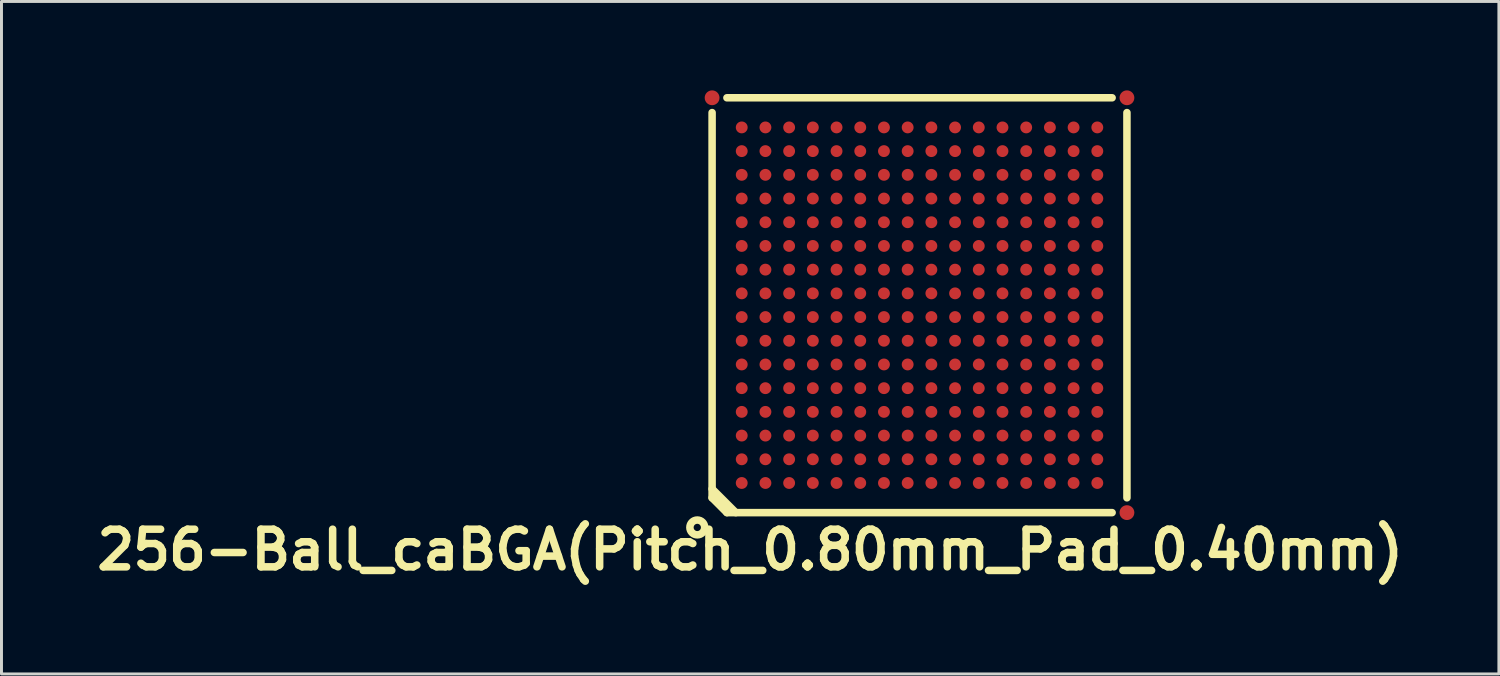
<source format=kicad_pcb>
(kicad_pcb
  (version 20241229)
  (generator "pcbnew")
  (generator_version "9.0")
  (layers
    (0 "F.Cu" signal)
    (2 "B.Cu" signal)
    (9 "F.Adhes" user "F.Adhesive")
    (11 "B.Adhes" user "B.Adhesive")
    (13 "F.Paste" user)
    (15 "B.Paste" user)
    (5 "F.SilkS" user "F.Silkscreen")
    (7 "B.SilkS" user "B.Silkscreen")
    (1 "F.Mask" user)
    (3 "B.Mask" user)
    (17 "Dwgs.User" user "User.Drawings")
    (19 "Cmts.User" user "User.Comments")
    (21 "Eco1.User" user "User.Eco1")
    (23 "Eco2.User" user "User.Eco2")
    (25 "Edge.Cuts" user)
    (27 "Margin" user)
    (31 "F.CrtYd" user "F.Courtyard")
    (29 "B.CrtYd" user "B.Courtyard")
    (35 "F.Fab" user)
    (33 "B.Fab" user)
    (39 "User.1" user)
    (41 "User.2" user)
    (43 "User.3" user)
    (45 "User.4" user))
  (footprint "256-Ball_caBGA(Pitch_0.80mm_Pad_0.40mm)"
    (layer "F.Cu")
    (at 27.982 7.25)
    (property "Reference" "256-Ball_caBGA(Pitch_0.80mm_Pad_0.40mm)" (at -5.715 8.255 0) (layer "F.SilkS") (effects (font (size 1.27 1.27) (thickness 0.254))))
    (attr smd)
    (fp_line (start -7 6.2) (end -6.2 7) (stroke (width 0.254) (type solid)) (layer "F.SilkS"))
    (fp_line (start -7 6.5) (end -7 -6.5) (stroke (width 0.254) (type solid)) (layer "F.SilkS"))
    (fp_line (start -7 6.5) (end -6.5 7) (stroke (width 0.254) (type solid)) (layer "F.SilkS"))
    (fp_line (start -6.5 -7) (end 6.5 -7) (stroke (width 0.254) (type solid)) (layer "F.SilkS"))
    (fp_line (start 6.5 7) (end -6.5 7) (stroke (width 0.254) (type solid)) (layer "F.SilkS"))
    (fp_line (start 7 -6.5) (end 7 6.5) (stroke (width 0.254) (type solid)) (layer "F.SilkS"))
    (fp_circle (center -7.5 7.5) (end -7.75 7.5) (stroke (width 0.254) (type solid)) (fill no) (layer "F.SilkS"))
    (pad "A1" smd circle (at -6 6 90) (size 0.4 0.4) (layers "F.Cu" "F.Mask" "F.Paste"))
    (pad "A2" smd circle (at -6 5.2 90) (size 0.4 0.4) (layers "F.Cu" "F.Mask" "F.Paste"))
    (pad "A3" smd circle (at -6 4.4 90) (size 0.4 0.4) (layers "F.Cu" "F.Mask" "F.Paste"))
    (pad "A4" smd circle (at -6 3.6 90) (size 0.4 0.4) (layers "F.Cu" "F.Mask" "F.Paste"))
    (pad "A5" smd circle (at -6 2.8 90) (size 0.4 0.4) (layers "F.Cu" "F.Mask" "F.Paste"))
    (pad "A6" smd circle (at -6 2 90) (size 0.4 0.4) (layers "F.Cu" "F.Mask" "F.Paste"))
    (pad "A7" smd circle (at -6 1.2 90) (size 0.4 0.4) (layers "F.Cu" "F.Mask" "F.Paste"))
    (pad "A8" smd circle (at -6 0.4 90) (size 0.4 0.4) (layers "F.Cu" "F.Mask" "F.Paste"))
    (pad "A9" smd circle (at -6 -0.4 90) (size 0.4 0.4) (layers "F.Cu" "F.Mask" "F.Paste"))
    (pad "A10" smd circle (at -6 -1.2 90) (size 0.4 0.4) (layers "F.Cu" "F.Mask" "F.Paste"))
    (pad "A11" smd circle (at -6 -2 90) (size 0.4 0.4) (layers "F.Cu" "F.Mask" "F.Paste"))
    (pad "A12" smd circle (at -6 -2.8 90) (size 0.4 0.4) (layers "F.Cu" "F.Mask" "F.Paste"))
    (pad "A13" smd circle (at -6 -3.6 90) (size 0.4 0.4) (layers "F.Cu" "F.Mask" "F.Paste"))
    (pad "A14" smd circle (at -6 -4.4 90) (size 0.4 0.4) (layers "F.Cu" "F.Mask" "F.Paste"))
    (pad "A15" smd circle (at -6 -5.2 90) (size 0.4 0.4) (layers "F.Cu" "F.Mask" "F.Paste"))
    (pad "A16" smd circle (at -6 -6 90) (size 0.4 0.4) (layers "F.Cu" "F.Mask" "F.Paste"))
    (pad "B1" smd circle (at -5.2 6 90) (size 0.4 0.4) (layers "F.Cu" "F.Mask" "F.Paste"))
    (pad "B2" smd circle (at -5.2 5.2 90) (size 0.4 0.4) (layers "F.Cu" "F.Mask" "F.Paste"))
    (pad "B3" smd circle (at -5.2 4.4 90) (size 0.4 0.4) (layers "F.Cu" "F.Mask" "F.Paste"))
    (pad "B4" smd circle (at -5.2 3.6 90) (size 0.4 0.4) (layers "F.Cu" "F.Mask" "F.Paste"))
    (pad "B5" smd circle (at -5.2 2.8 90) (size 0.4 0.4) (layers "F.Cu" "F.Mask" "F.Paste"))
    (pad "B6" smd circle (at -5.2 2 90) (size 0.4 0.4) (layers "F.Cu" "F.Mask" "F.Paste"))
    (pad "B7" smd circle (at -5.2 1.2 90) (size 0.4 0.4) (layers "F.Cu" "F.Mask" "F.Paste"))
    (pad "B8" smd circle (at -5.2 0.4 90) (size 0.4 0.4) (layers "F.Cu" "F.Mask" "F.Paste"))
    (pad "B9" smd circle (at -5.2 -0.4 90) (size 0.4 0.4) (layers "F.Cu" "F.Mask" "F.Paste"))
    (pad "B10" smd circle (at -5.2 -1.2 90) (size 0.4 0.4) (layers "F.Cu" "F.Mask" "F.Paste"))
    (pad "B11" smd circle (at -5.2 -2 90) (size 0.4 0.4) (layers "F.Cu" "F.Mask" "F.Paste"))
    (pad "B12" smd circle (at -5.2 -2.8 90) (size 0.4 0.4) (layers "F.Cu" "F.Mask" "F.Paste"))
    (pad "B13" smd circle (at -5.2 -3.6 90) (size 0.4 0.4) (layers "F.Cu" "F.Mask" "F.Paste"))
    (pad "B14" smd circle (at -5.2 -4.4 90) (size 0.4 0.4) (layers "F.Cu" "F.Mask" "F.Paste"))
    (pad "B15" smd circle (at -5.2 -5.2 90) (size 0.4 0.4) (layers "F.Cu" "F.Mask" "F.Paste"))
    (pad "B16" smd circle (at -5.2 -6 90) (size 0.4 0.4) (layers "F.Cu" "F.Mask" "F.Paste"))
    (pad "C1" smd circle (at -4.4 6 90) (size 0.4 0.4) (layers "F.Cu" "F.Mask" "F.Paste"))
    (pad "C2" smd circle (at -4.4 5.2 90) (size 0.4 0.4) (layers "F.Cu" "F.Mask" "F.Paste"))
    (pad "C3" smd circle (at -4.4 4.4 90) (size 0.4 0.4) (layers "F.Cu" "F.Mask" "F.Paste"))
    (pad "C4" smd circle (at -4.4 3.6 90) (size 0.4 0.4) (layers "F.Cu" "F.Mask" "F.Paste"))
    (pad "C5" smd circle (at -4.4 2.8 90) (size 0.4 0.4) (layers "F.Cu" "F.Mask" "F.Paste"))
    (pad "C6" smd circle (at -4.4 2 90) (size 0.4 0.4) (layers "F.Cu" "F.Mask" "F.Paste"))
    (pad "C7" smd circle (at -4.4 1.2 90) (size 0.4 0.4) (layers "F.Cu" "F.Mask" "F.Paste"))
    (pad "C8" smd circle (at -4.4 0.4 90) (size 0.4 0.4) (layers "F.Cu" "F.Mask" "F.Paste"))
    (pad "C9" smd circle (at -4.4 -0.4 90) (size 0.4 0.4) (layers "F.Cu" "F.Mask" "F.Paste"))
    (pad "C10" smd circle (at -4.4 -1.2 90) (size 0.4 0.4) (layers "F.Cu" "F.Mask" "F.Paste"))
    (pad "C11" smd circle (at -4.4 -2 90) (size 0.4 0.4) (layers "F.Cu" "F.Mask" "F.Paste"))
    (pad "C12" smd circle (at -4.4 -2.8 90) (size 0.4 0.4) (layers "F.Cu" "F.Mask" "F.Paste"))
    (pad "C13" smd circle (at -4.4 -3.6 90) (size 0.4 0.4) (layers "F.Cu" "F.Mask" "F.Paste"))
    (pad "C14" smd circle (at -4.4 -4.4 90) (size 0.4 0.4) (layers "F.Cu" "F.Mask" "F.Paste"))
    (pad "C15" smd circle (at -4.4 -5.2 90) (size 0.4 0.4) (layers "F.Cu" "F.Mask" "F.Paste"))
    (pad "C16" smd circle (at -4.4 -6 90) (size 0.4 0.4) (layers "F.Cu" "F.Mask" "F.Paste"))
    (pad "D1" smd circle (at -3.6 6 90) (size 0.4 0.4) (layers "F.Cu" "F.Mask" "F.Paste"))
    (pad "D2" smd circle (at -3.6 5.2 90) (size 0.4 0.4) (layers "F.Cu" "F.Mask" "F.Paste"))
    (pad "D3" smd circle (at -3.6 4.4 90) (size 0.4 0.4) (layers "F.Cu" "F.Mask" "F.Paste"))
    (pad "D4" smd circle (at -3.6 3.6 90) (size 0.4 0.4) (layers "F.Cu" "F.Mask" "F.Paste"))
    (pad "D5" smd circle (at -3.6 2.8 90) (size 0.4 0.4) (layers "F.Cu" "F.Mask" "F.Paste"))
    (pad "D6" smd circle (at -3.6 2 90) (size 0.4 0.4) (layers "F.Cu" "F.Mask" "F.Paste"))
    (pad "D7" smd circle (at -3.6 1.2 90) (size 0.4 0.4) (layers "F.Cu" "F.Mask" "F.Paste"))
    (pad "D8" smd circle (at -3.6 0.4 90) (size 0.4 0.4) (layers "F.Cu" "F.Mask" "F.Paste"))
    (pad "D9" smd circle (at -3.6 -0.4 90) (size 0.4 0.4) (layers "F.Cu" "F.Mask" "F.Paste"))
    (pad "D10" smd circle (at -3.6 -1.2 90) (size 0.4 0.4) (layers "F.Cu" "F.Mask" "F.Paste"))
    (pad "D11" smd circle (at -3.6 -2 90) (size 0.4 0.4) (layers "F.Cu" "F.Mask" "F.Paste"))
    (pad "D12" smd circle (at -3.6 -2.8 90) (size 0.4 0.4) (layers "F.Cu" "F.Mask" "F.Paste"))
    (pad "D13" smd circle (at -3.6 -3.6 90) (size 0.4 0.4) (layers "F.Cu" "F.Mask" "F.Paste"))
    (pad "D14" smd circle (at -3.6 -4.4 90) (size 0.4 0.4) (layers "F.Cu" "F.Mask" "F.Paste"))
    (pad "D15" smd circle (at -3.6 -5.2 90) (size 0.4 0.4) (layers "F.Cu" "F.Mask" "F.Paste"))
    (pad "D16" smd circle (at -3.6 -6 90) (size 0.4 0.4) (layers "F.Cu" "F.Mask" "F.Paste"))
    (pad "E1" smd circle (at -2.8 6 90) (size 0.4 0.4) (layers "F.Cu" "F.Mask" "F.Paste"))
    (pad "E2" smd circle (at -2.8 5.2 90) (size 0.4 0.4) (layers "F.Cu" "F.Mask" "F.Paste"))
    (pad "E3" smd circle (at -2.8 4.4 90) (size 0.4 0.4) (layers "F.Cu" "F.Mask" "F.Paste"))
    (pad "E4" smd circle (at -2.8 3.6 90) (size 0.4 0.4) (layers "F.Cu" "F.Mask" "F.Paste"))
    (pad "E5" smd circle (at -2.8 2.8 90) (size 0.4 0.4) (layers "F.Cu" "F.Mask" "F.Paste"))
    (pad "E6" smd circle (at -2.8 2 90) (size 0.4 0.4) (layers "F.Cu" "F.Mask" "F.Paste"))
    (pad "E7" smd circle (at -2.8 1.2 90) (size 0.4 0.4) (layers "F.Cu" "F.Mask" "F.Paste"))
    (pad "E8" smd circle (at -2.8 0.4 90) (size 0.4 0.4) (layers "F.Cu" "F.Mask" "F.Paste"))
    (pad "E9" smd circle (at -2.8 -0.4 90) (size 0.4 0.4) (layers "F.Cu" "F.Mask" "F.Paste"))
    (pad "E10" smd circle (at -2.8 -1.2 90) (size 0.4 0.4) (layers "F.Cu" "F.Mask" "F.Paste"))
    (pad "E11" smd circle (at -2.8 -2 90) (size 0.4 0.4) (layers "F.Cu" "F.Mask" "F.Paste"))
    (pad "E12" smd circle (at -2.8 -2.8 90) (size 0.4 0.4) (layers "F.Cu" "F.Mask" "F.Paste"))
    (pad "E13" smd circle (at -2.8 -3.6 90) (size 0.4 0.4) (layers "F.Cu" "F.Mask" "F.Paste"))
    (pad "E14" smd circle (at -2.8 -4.4 90) (size 0.4 0.4) (layers "F.Cu" "F.Mask" "F.Paste"))
    (pad "E15" smd circle (at -2.8 -5.2 90) (size 0.4 0.4) (layers "F.Cu" "F.Mask" "F.Paste"))
    (pad "E16" smd circle (at -2.8 -6 90) (size 0.4 0.4) (layers "F.Cu" "F.Mask" "F.Paste"))
    (pad "F1" smd circle (at -2 6 90) (size 0.4 0.4) (layers "F.Cu" "F.Mask" "F.Paste"))
    (pad "F2" smd circle (at -2 5.2 90) (size 0.4 0.4) (layers "F.Cu" "F.Mask" "F.Paste"))
    (pad "F3" smd circle (at -2 4.4 90) (size 0.4 0.4) (layers "F.Cu" "F.Mask" "F.Paste"))
    (pad "F4" smd circle (at -2 3.6 90) (size 0.4 0.4) (layers "F.Cu" "F.Mask" "F.Paste"))
    (pad "F5" smd circle (at -2 2.8 90) (size 0.4 0.4) (layers "F.Cu" "F.Mask" "F.Paste"))
    (pad "F6" smd circle (at -2 2 90) (size 0.4 0.4) (layers "F.Cu" "F.Mask" "F.Paste"))
    (pad "F7" smd circle (at -2 1.2 90) (size 0.4 0.4) (layers "F.Cu" "F.Mask" "F.Paste"))
    (pad "F8" smd circle (at -2 0.4 90) (size 0.4 0.4) (layers "F.Cu" "F.Mask" "F.Paste"))
    (pad "F9" smd circle (at -2 -0.4 90) (size 0.4 0.4) (layers "F.Cu" "F.Mask" "F.Paste"))
    (pad "F10" smd circle (at -2 -1.2 90) (size 0.4 0.4) (layers "F.Cu" "F.Mask" "F.Paste"))
    (pad "F11" smd circle (at -2 -2 90) (size 0.4 0.4) (layers "F.Cu" "F.Mask" "F.Paste"))
    (pad "F12" smd circle (at -2 -2.8 90) (size 0.4 0.4) (layers "F.Cu" "F.Mask" "F.Paste"))
    (pad "F13" smd circle (at -2 -3.6 90) (size 0.4 0.4) (layers "F.Cu" "F.Mask" "F.Paste"))
    (pad "F14" smd circle (at -2 -4.4 90) (size 0.4 0.4) (layers "F.Cu" "F.Mask" "F.Paste"))
    (pad "F15" smd circle (at -2 -5.2 90) (size 0.4 0.4) (layers "F.Cu" "F.Mask" "F.Paste"))
    (pad "F16" smd circle (at -2 -6 90) (size 0.4 0.4) (layers "F.Cu" "F.Mask" "F.Paste"))
    (pad "FID1" smd circle (at 7 7 90) (size 0.5 0.5) (layers "F.Cu" "F.Mask"))
    (pad "FID2" smd circle (at 7 -7 90) (size 0.5 0.5) (layers "F.Cu" "F.Mask"))
    (pad "FID3" smd circle (at -7 -7 90) (size 0.5 0.5) (layers "F.Cu" "F.Mask"))
    (pad "G1" smd circle (at -1.2 6 90) (size 0.4 0.4) (layers "F.Cu" "F.Mask" "F.Paste"))
    (pad "G2" smd circle (at -1.2 5.2 90) (size 0.4 0.4) (layers "F.Cu" "F.Mask" "F.Paste"))
    (pad "G3" smd circle (at -1.2 4.4 90) (size 0.4 0.4) (layers "F.Cu" "F.Mask" "F.Paste"))
    (pad "G4" smd circle (at -1.2 3.6 90) (size 0.4 0.4) (layers "F.Cu" "F.Mask" "F.Paste"))
    (pad "G5" smd circle (at -1.2 2.8 90) (size 0.4 0.4) (layers "F.Cu" "F.Mask" "F.Paste"))
    (pad "G6" smd circle (at -1.2 2 90) (size 0.4 0.4) (layers "F.Cu" "F.Mask" "F.Paste"))
    (pad "G7" smd circle (at -1.2 1.2 90) (size 0.4 0.4) (layers "F.Cu" "F.Mask" "F.Paste"))
    (pad "G8" smd circle (at -1.2 0.4 90) (size 0.4 0.4) (layers "F.Cu" "F.Mask" "F.Paste"))
    (pad "G9" smd circle (at -1.2 -0.4 90) (size 0.4 0.4) (layers "F.Cu" "F.Mask" "F.Paste"))
    (pad "G10" smd circle (at -1.2 -1.2 90) (size 0.4 0.4) (layers "F.Cu" "F.Mask" "F.Paste"))
    (pad "G11" smd circle (at -1.2 -2 90) (size 0.4 0.4) (layers "F.Cu" "F.Mask" "F.Paste"))
    (pad "G12" smd circle (at -1.2 -2.8 90) (size 0.4 0.4) (layers "F.Cu" "F.Mask" "F.Paste"))
    (pad "G13" smd circle (at -1.2 -3.6 90) (size 0.4 0.4) (layers "F.Cu" "F.Mask" "F.Paste"))
    (pad "G14" smd circle (at -1.2 -4.4 90) (size 0.4 0.4) (layers "F.Cu" "F.Mask" "F.Paste"))
    (pad "G15" smd circle (at -1.2 -5.2 90) (size 0.4 0.4) (layers "F.Cu" "F.Mask" "F.Paste"))
    (pad "G16" smd circle (at -1.2 -6 90) (size 0.4 0.4) (layers "F.Cu" "F.Mask" "F.Paste"))
    (pad "H1" smd circle (at -0.4 6 90) (size 0.4 0.4) (layers "F.Cu" "F.Mask" "F.Paste"))
    (pad "H2" smd circle (at -0.4 5.2 90) (size 0.4 0.4) (layers "F.Cu" "F.Mask" "F.Paste"))
    (pad "H3" smd circle (at -0.4 4.4 90) (size 0.4 0.4) (layers "F.Cu" "F.Mask" "F.Paste"))
    (pad "H4" smd circle (at -0.4 3.6 90) (size 0.4 0.4) (layers "F.Cu" "F.Mask" "F.Paste"))
    (pad "H5" smd circle (at -0.4 2.8 90) (size 0.4 0.4) (layers "F.Cu" "F.Mask" "F.Paste"))
    (pad "H6" smd circle (at -0.4 2 90) (size 0.4 0.4) (layers "F.Cu" "F.Mask" "F.Paste"))
    (pad "H7" smd circle (at -0.4 1.2 90) (size 0.4 0.4) (layers "F.Cu" "F.Mask" "F.Paste"))
    (pad "H8" smd circle (at -0.4 0.4 90) (size 0.4 0.4) (layers "F.Cu" "F.Mask" "F.Paste"))
    (pad "H9" smd circle (at -0.4 -0.4 90) (size 0.4 0.4) (layers "F.Cu" "F.Mask" "F.Paste"))
    (pad "H10" smd circle (at -0.4 -1.2 90) (size 0.4 0.4) (layers "F.Cu" "F.Mask" "F.Paste"))
    (pad "H11" smd circle (at -0.4 -2 90) (size 0.4 0.4) (layers "F.Cu" "F.Mask" "F.Paste"))
    (pad "H12" smd circle (at -0.4 -2.8 90) (size 0.4 0.4) (layers "F.Cu" "F.Mask" "F.Paste"))
    (pad "H13" smd circle (at -0.4 -3.6 90) (size 0.4 0.4) (layers "F.Cu" "F.Mask" "F.Paste"))
    (pad "H14" smd circle (at -0.4 -4.4 90) (size 0.4 0.4) (layers "F.Cu" "F.Mask" "F.Paste"))
    (pad "H15" smd circle (at -0.4 -5.2 90) (size 0.4 0.4) (layers "F.Cu" "F.Mask" "F.Paste"))
    (pad "H16" smd circle (at -0.4 -6 90) (size 0.4 0.4) (layers "F.Cu" "F.Mask" "F.Paste"))
    (pad "J1" smd circle (at 0.4 6 90) (size 0.4 0.4) (layers "F.Cu" "F.Mask" "F.Paste"))
    (pad "J2" smd circle (at 0.4 5.2 90) (size 0.4 0.4) (layers "F.Cu" "F.Mask" "F.Paste"))
    (pad "J3" smd circle (at 0.4 4.4 90) (size 0.4 0.4) (layers "F.Cu" "F.Mask" "F.Paste"))
    (pad "J4" smd circle (at 0.4 3.6 90) (size 0.4 0.4) (layers "F.Cu" "F.Mask" "F.Paste"))
    (pad "J5" smd circle (at 0.4 2.8 90) (size 0.4 0.4) (layers "F.Cu" "F.Mask" "F.Paste"))
    (pad "J6" smd circle (at 0.4 2 90) (size 0.4 0.4) (layers "F.Cu" "F.Mask" "F.Paste"))
    (pad "J7" smd circle (at 0.4 1.2 90) (size 0.4 0.4) (layers "F.Cu" "F.Mask" "F.Paste"))
    (pad "J8" smd circle (at 0.4 0.4 90) (size 0.4 0.4) (layers "F.Cu" "F.Mask" "F.Paste"))
    (pad "J9" smd circle (at 0.4 -0.4 90) (size 0.4 0.4) (layers "F.Cu" "F.Mask" "F.Paste"))
    (pad "J10" smd circle (at 0.4 -1.2 90) (size 0.4 0.4) (layers "F.Cu" "F.Mask" "F.Paste"))
    (pad "J11" smd circle (at 0.4 -2 90) (size 0.4 0.4) (layers "F.Cu" "F.Mask" "F.Paste"))
    (pad "J12" smd circle (at 0.4 -2.8 90) (size 0.4 0.4) (layers "F.Cu" "F.Mask" "F.Paste"))
    (pad "J13" smd circle (at 0.4 -3.6 90) (size 0.4 0.4) (layers "F.Cu" "F.Mask" "F.Paste"))
    (pad "J14" smd circle (at 0.4 -4.4 90) (size 0.4 0.4) (layers "F.Cu" "F.Mask" "F.Paste"))
    (pad "J15" smd circle (at 0.4 -5.2 90) (size 0.4 0.4) (layers "F.Cu" "F.Mask" "F.Paste"))
    (pad "J16" smd circle (at 0.4 -6 90) (size 0.4 0.4) (layers "F.Cu" "F.Mask" "F.Paste"))
    (pad "K1" smd circle (at 1.2 6 90) (size 0.4 0.4) (layers "F.Cu" "F.Mask" "F.Paste"))
    (pad "K2" smd circle (at 1.2 5.2 90) (size 0.4 0.4) (layers "F.Cu" "F.Mask" "F.Paste"))
    (pad "K3" smd circle (at 1.2 4.4 90) (size 0.4 0.4) (layers "F.Cu" "F.Mask" "F.Paste"))
    (pad "K4" smd circle (at 1.2 3.6 90) (size 0.4 0.4) (layers "F.Cu" "F.Mask" "F.Paste"))
    (pad "K5" smd circle (at 1.2 2.8 90) (size 0.4 0.4) (layers "F.Cu" "F.Mask" "F.Paste"))
    (pad "K6" smd circle (at 1.2 2 90) (size 0.4 0.4) (layers "F.Cu" "F.Mask" "F.Paste"))
    (pad "K7" smd circle (at 1.2 1.2 90) (size 0.4 0.4) (layers "F.Cu" "F.Mask" "F.Paste"))
    (pad "K8" smd circle (at 1.2 0.4 90) (size 0.4 0.4) (layers "F.Cu" "F.Mask" "F.Paste"))
    (pad "K9" smd circle (at 1.2 -0.4 90) (size 0.4 0.4) (layers "F.Cu" "F.Mask" "F.Paste"))
    (pad "K10" smd circle (at 1.2 -1.2 90) (size 0.4 0.4) (layers "F.Cu" "F.Mask" "F.Paste"))
    (pad "K11" smd circle (at 1.2 -2 90) (size 0.4 0.4) (layers "F.Cu" "F.Mask" "F.Paste"))
    (pad "K12" smd circle (at 1.2 -2.8 90) (size 0.4 0.4) (layers "F.Cu" "F.Mask" "F.Paste"))
    (pad "K13" smd circle (at 1.2 -3.6 90) (size 0.4 0.4) (layers "F.Cu" "F.Mask" "F.Paste"))
    (pad "K14" smd circle (at 1.2 -4.4 90) (size 0.4 0.4) (layers "F.Cu" "F.Mask" "F.Paste"))
    (pad "K15" smd circle (at 1.2 -5.2 90) (size 0.4 0.4) (layers "F.Cu" "F.Mask" "F.Paste"))
    (pad "K16" smd circle (at 1.2 -6 90) (size 0.4 0.4) (layers "F.Cu" "F.Mask" "F.Paste"))
    (pad "L1" smd circle (at 2 6 90) (size 0.4 0.4) (layers "F.Cu" "F.Mask" "F.Paste"))
    (pad "L2" smd circle (at 2 5.2 90) (size 0.4 0.4) (layers "F.Cu" "F.Mask" "F.Paste"))
    (pad "L3" smd circle (at 2 4.4 90) (size 0.4 0.4) (layers "F.Cu" "F.Mask" "F.Paste"))
    (pad "L4" smd circle (at 2 3.6 90) (size 0.4 0.4) (layers "F.Cu" "F.Mask" "F.Paste"))
    (pad "L5" smd circle (at 2 2.8 90) (size 0.4 0.4) (layers "F.Cu" "F.Mask" "F.Paste"))
    (pad "L6" smd circle (at 2 2 90) (size 0.4 0.4) (layers "F.Cu" "F.Mask" "F.Paste"))
    (pad "L7" smd circle (at 2 1.2 90) (size 0.4 0.4) (layers "F.Cu" "F.Mask" "F.Paste"))
    (pad "L8" smd circle (at 2 0.4 90) (size 0.4 0.4) (layers "F.Cu" "F.Mask" "F.Paste"))
    (pad "L9" smd circle (at 2 -0.4 90) (size 0.4 0.4) (layers "F.Cu" "F.Mask" "F.Paste"))
    (pad "L10" smd circle (at 2 -1.2 90) (size 0.4 0.4) (layers "F.Cu" "F.Mask" "F.Paste"))
    (pad "L11" smd circle (at 2 -2 90) (size 0.4 0.4) (layers "F.Cu" "F.Mask" "F.Paste"))
    (pad "L12" smd circle (at 2 -2.8 90) (size 0.4 0.4) (layers "F.Cu" "F.Mask" "F.Paste"))
    (pad "L13" smd circle (at 2 -3.6 90) (size 0.4 0.4) (layers "F.Cu" "F.Mask" "F.Paste"))
    (pad "L14" smd circle (at 2 -4.4 90) (size 0.4 0.4) (layers "F.Cu" "F.Mask" "F.Paste"))
    (pad "L15" smd circle (at 2 -5.2 90) (size 0.4 0.4) (layers "F.Cu" "F.Mask" "F.Paste"))
    (pad "L16" smd circle (at 2 -6 90) (size 0.4 0.4) (layers "F.Cu" "F.Mask" "F.Paste"))
    (pad "M1" smd circle (at 2.8 6 90) (size 0.4 0.4) (layers "F.Cu" "F.Mask" "F.Paste"))
    (pad "M2" smd circle (at 2.8 5.2 90) (size 0.4 0.4) (layers "F.Cu" "F.Mask" "F.Paste"))
    (pad "M3" smd circle (at 2.8 4.4 90) (size 0.4 0.4) (layers "F.Cu" "F.Mask" "F.Paste"))
    (pad "M4" smd circle (at 2.8 3.6 90) (size 0.4 0.4) (layers "F.Cu" "F.Mask" "F.Paste"))
    (pad "M5" smd circle (at 2.8 2.8 90) (size 0.4 0.4) (layers "F.Cu" "F.Mask" "F.Paste"))
    (pad "M6" smd circle (at 2.8 2 90) (size 0.4 0.4) (layers "F.Cu" "F.Mask" "F.Paste"))
    (pad "M7" smd circle (at 2.8 1.2 90) (size 0.4 0.4) (layers "F.Cu" "F.Mask" "F.Paste"))
    (pad "M8" smd circle (at 2.8 0.4 90) (size 0.4 0.4) (layers "F.Cu" "F.Mask" "F.Paste"))
    (pad "M9" smd circle (at 2.8 -0.4 90) (size 0.4 0.4) (layers "F.Cu" "F.Mask" "F.Paste"))
    (pad "M10" smd circle (at 2.8 -1.2 90) (size 0.4 0.4) (layers "F.Cu" "F.Mask" "F.Paste"))
    (pad "M11" smd circle (at 2.8 -2 90) (size 0.4 0.4) (layers "F.Cu" "F.Mask" "F.Paste"))
    (pad "M12" smd circle (at 2.8 -2.8 90) (size 0.4 0.4) (layers "F.Cu" "F.Mask" "F.Paste"))
    (pad "M13" smd circle (at 2.8 -3.6 90) (size 0.4 0.4) (layers "F.Cu" "F.Mask" "F.Paste"))
    (pad "M14" smd circle (at 2.8 -4.4 90) (size 0.4 0.4) (layers "F.Cu" "F.Mask" "F.Paste"))
    (pad "M15" smd circle (at 2.8 -5.2 90) (size 0.4 0.4) (layers "F.Cu" "F.Mask" "F.Paste"))
    (pad "M16" smd circle (at 2.8 -6 90) (size 0.4 0.4) (layers "F.Cu" "F.Mask" "F.Paste"))
    (pad "N1" smd circle (at 3.6 6 90) (size 0.4 0.4) (layers "F.Cu" "F.Mask" "F.Paste"))
    (pad "N2" smd circle (at 3.6 5.2 90) (size 0.4 0.4) (layers "F.Cu" "F.Mask" "F.Paste"))
    (pad "N3" smd circle (at 3.6 4.4 90) (size 0.4 0.4) (layers "F.Cu" "F.Mask" "F.Paste"))
    (pad "N4" smd circle (at 3.6 3.6 90) (size 0.4 0.4) (layers "F.Cu" "F.Mask" "F.Paste"))
    (pad "N5" smd circle (at 3.6 2.8 90) (size 0.4 0.4) (layers "F.Cu" "F.Mask" "F.Paste"))
    (pad "N6" smd circle (at 3.6 2 90) (size 0.4 0.4) (layers "F.Cu" "F.Mask" "F.Paste"))
    (pad "N7" smd circle (at 3.6 1.2 90) (size 0.4 0.4) (layers "F.Cu" "F.Mask" "F.Paste"))
    (pad "N8" smd circle (at 3.6 0.4 90) (size 0.4 0.4) (layers "F.Cu" "F.Mask" "F.Paste"))
    (pad "N9" smd circle (at 3.6 -0.4 90) (size 0.4 0.4) (layers "F.Cu" "F.Mask" "F.Paste"))
    (pad "N10" smd circle (at 3.6 -1.2 90) (size 0.4 0.4) (layers "F.Cu" "F.Mask" "F.Paste"))
    (pad "N11" smd circle (at 3.6 -2 90) (size 0.4 0.4) (layers "F.Cu" "F.Mask" "F.Paste"))
    (pad "N12" smd circle (at 3.6 -2.8 90) (size 0.4 0.4) (layers "F.Cu" "F.Mask" "F.Paste"))
    (pad "N13" smd circle (at 3.6 -3.6 90) (size 0.4 0.4) (layers "F.Cu" "F.Mask" "F.Paste"))
    (pad "N14" smd circle (at 3.6 -4.4 90) (size 0.4 0.4) (layers "F.Cu" "F.Mask" "F.Paste"))
    (pad "N15" smd circle (at 3.6 -5.2 90) (size 0.4 0.4) (layers "F.Cu" "F.Mask" "F.Paste"))
    (pad "N16" smd circle (at 3.6 -6 90) (size 0.4 0.4) (layers "F.Cu" "F.Mask" "F.Paste"))
    (pad "P1" smd circle (at 4.4 6 90) (size 0.4 0.4) (layers "F.Cu" "F.Mask" "F.Paste"))
    (pad "P2" smd circle (at 4.4 5.2 90) (size 0.4 0.4) (layers "F.Cu" "F.Mask" "F.Paste"))
    (pad "P3" smd circle (at 4.4 4.4 90) (size 0.4 0.4) (layers "F.Cu" "F.Mask" "F.Paste"))
    (pad "P4" smd circle (at 4.4 3.6 90) (size 0.4 0.4) (layers "F.Cu" "F.Mask" "F.Paste"))
    (pad "P5" smd circle (at 4.4 2.8 90) (size 0.4 0.4) (layers "F.Cu" "F.Mask" "F.Paste"))
    (pad "P6" smd circle (at 4.4 2 90) (size 0.4 0.4) (layers "F.Cu" "F.Mask" "F.Paste"))
    (pad "P7" smd circle (at 4.4 1.2 90) (size 0.4 0.4) (layers "F.Cu" "F.Mask" "F.Paste"))
    (pad "P8" smd circle (at 4.4 0.4 90) (size 0.4 0.4) (layers "F.Cu" "F.Mask" "F.Paste"))
    (pad "P9" smd circle (at 4.4 -0.4 90) (size 0.4 0.4) (layers "F.Cu" "F.Mask" "F.Paste"))
    (pad "P10" smd circle (at 4.4 -1.2 90) (size 0.4 0.4) (layers "F.Cu" "F.Mask" "F.Paste"))
    (pad "P11" smd circle (at 4.4 -2 90) (size 0.4 0.4) (layers "F.Cu" "F.Mask" "F.Paste"))
    (pad "P12" smd circle (at 4.4 -2.8 90) (size 0.4 0.4) (layers "F.Cu" "F.Mask" "F.Paste"))
    (pad "P13" smd circle (at 4.4 -3.6 90) (size 0.4 0.4) (layers "F.Cu" "F.Mask" "F.Paste"))
    (pad "P14" smd circle (at 4.4 -4.4 90) (size 0.4 0.4) (layers "F.Cu" "F.Mask" "F.Paste"))
    (pad "P15" smd circle (at 4.4 -5.2 90) (size 0.4 0.4) (layers "F.Cu" "F.Mask" "F.Paste"))
    (pad "P16" smd circle (at 4.4 -6 90) (size 0.4 0.4) (layers "F.Cu" "F.Mask" "F.Paste"))
    (pad "R1" smd circle (at 5.2 6 90) (size 0.4 0.4) (layers "F.Cu" "F.Mask" "F.Paste"))
    (pad "R2" smd circle (at 5.2 5.2 90) (size 0.4 0.4) (layers "F.Cu" "F.Mask" "F.Paste"))
    (pad "R3" smd circle (at 5.2 4.4 90) (size 0.4 0.4) (layers "F.Cu" "F.Mask" "F.Paste"))
    (pad "R4" smd circle (at 5.2 3.6 90) (size 0.4 0.4) (layers "F.Cu" "F.Mask" "F.Paste"))
    (pad "R5" smd circle (at 5.2 2.8 90) (size 0.4 0.4) (layers "F.Cu" "F.Mask" "F.Paste"))
    (pad "R6" smd circle (at 5.2 2 90) (size 0.4 0.4) (layers "F.Cu" "F.Mask" "F.Paste"))
    (pad "R7" smd circle (at 5.2 1.2 90) (size 0.4 0.4) (layers "F.Cu" "F.Mask" "F.Paste"))
    (pad "R8" smd circle (at 5.2 0.4 90) (size 0.4 0.4) (layers "F.Cu" "F.Mask" "F.Paste"))
    (pad "R9" smd circle (at 5.2 -0.4 90) (size 0.4 0.4) (layers "F.Cu" "F.Mask" "F.Paste"))
    (pad "R10" smd circle (at 5.2 -1.2 90) (size 0.4 0.4) (layers "F.Cu" "F.Mask" "F.Paste"))
    (pad "R11" smd circle (at 5.2 -2 90) (size 0.4 0.4) (layers "F.Cu" "F.Mask" "F.Paste"))
    (pad "R12" smd circle (at 5.2 -2.8 90) (size 0.4 0.4) (layers "F.Cu" "F.Mask" "F.Paste"))
    (pad "R13" smd circle (at 5.2 -3.6 90) (size 0.4 0.4) (layers "F.Cu" "F.Mask" "F.Paste"))
    (pad "R14" smd circle (at 5.2 -4.4 90) (size 0.4 0.4) (layers "F.Cu" "F.Mask" "F.Paste"))
    (pad "R15" smd circle (at 5.2 -5.2 90) (size 0.4 0.4) (layers "F.Cu" "F.Mask" "F.Paste"))
    (pad "R16" smd circle (at 5.2 -6 90) (size 0.4 0.4) (layers "F.Cu" "F.Mask" "F.Paste"))
    (pad "T1" smd circle (at 6 6 90) (size 0.4 0.4) (layers "F.Cu" "F.Mask" "F.Paste"))
    (pad "T2" smd circle (at 6 5.2 90) (size 0.4 0.4) (layers "F.Cu" "F.Mask" "F.Paste"))
    (pad "T3" smd circle (at 6 4.4 90) (size 0.4 0.4) (layers "F.Cu" "F.Mask" "F.Paste"))
    (pad "T4" smd circle (at 6 3.6 90) (size 0.4 0.4) (layers "F.Cu" "F.Mask" "F.Paste"))
    (pad "T5" smd circle (at 6 2.8 90) (size 0.4 0.4) (layers "F.Cu" "F.Mask" "F.Paste"))
    (pad "T6" smd circle (at 6 2 90) (size 0.4 0.4) (layers "F.Cu" "F.Mask" "F.Paste"))
    (pad "T7" smd circle (at 6 1.2 90) (size 0.4 0.4) (layers "F.Cu" "F.Mask" "F.Paste"))
    (pad "T8" smd circle (at 6 0.4 90) (size 0.4 0.4) (layers "F.Cu" "F.Mask" "F.Paste"))
    (pad "T9" smd circle (at 6 -0.4 90) (size 0.4 0.4) (layers "F.Cu" "F.Mask" "F.Paste"))
    (pad "T10" smd circle (at 6 -1.2 90) (size 0.4 0.4) (layers "F.Cu" "F.Mask" "F.Paste"))
    (pad "T11" smd circle (at 6 -2 90) (size 0.4 0.4) (layers "F.Cu" "F.Mask" "F.Paste"))
    (pad "T12" smd circle (at 6 -2.8 90) (size 0.4 0.4) (layers "F.Cu" "F.Mask" "F.Paste"))
    (pad "T13" smd circle (at 6 -3.6 90) (size 0.4 0.4) (layers "F.Cu" "F.Mask" "F.Paste"))
    (pad "T14" smd circle (at 6 -4.4 90) (size 0.4 0.4) (layers "F.Cu" "F.Mask" "F.Paste"))
    (pad "T15" smd circle (at 6 -5.2 90) (size 0.4 0.4) (layers "F.Cu" "F.Mask" "F.Paste"))
    (pad "T16" smd circle (at 6 -6 90) (size 0.4 0.4) (layers "F.Cu" "F.Mask" "F.Paste")))
  (gr_rect
    (start -3 -3)
    (end 47.535 19.694)
    (stroke (width 0.1) (type default))
    (fill no)
    (layer "Edge.Cuts")))
</source>
